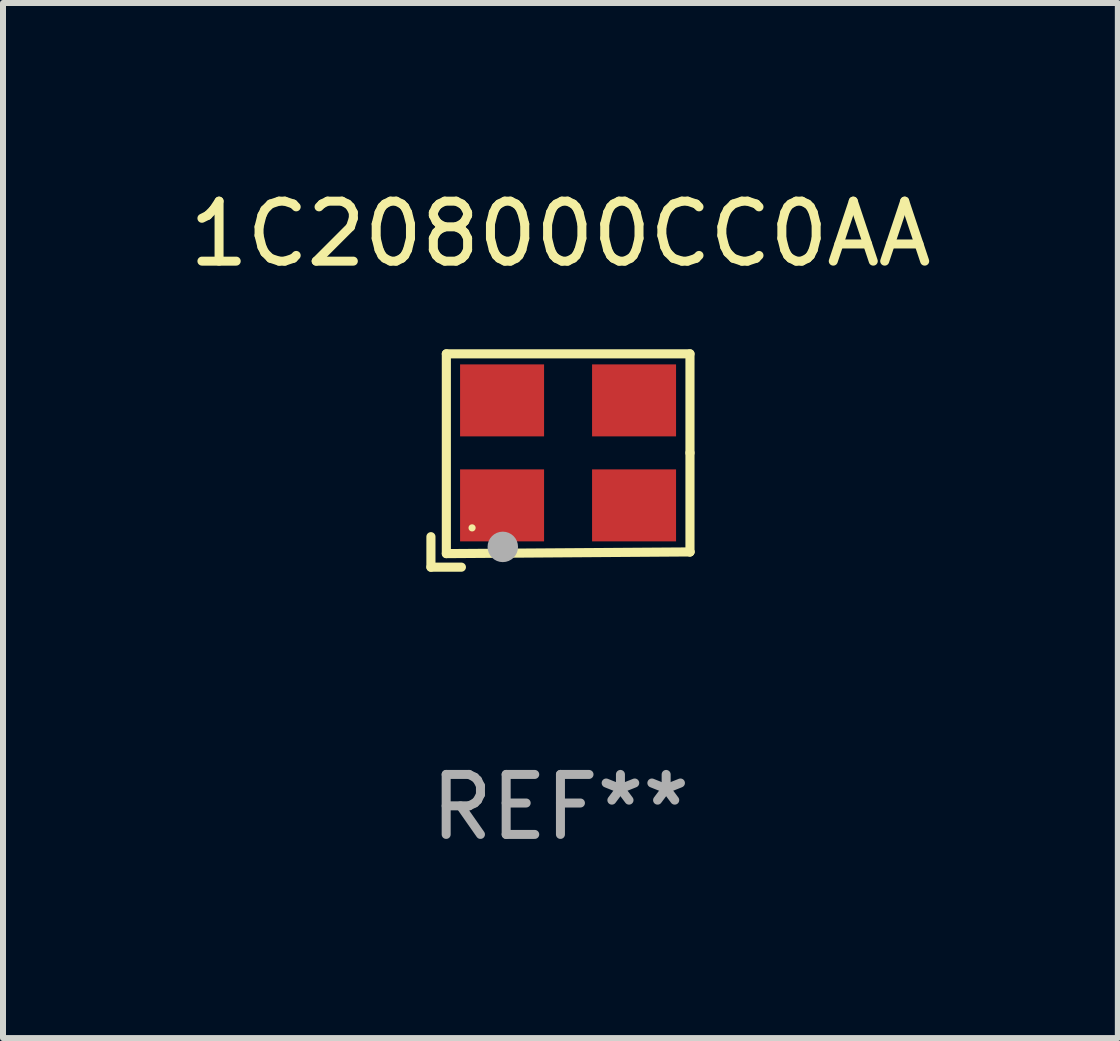
<source format=kicad_pcb>
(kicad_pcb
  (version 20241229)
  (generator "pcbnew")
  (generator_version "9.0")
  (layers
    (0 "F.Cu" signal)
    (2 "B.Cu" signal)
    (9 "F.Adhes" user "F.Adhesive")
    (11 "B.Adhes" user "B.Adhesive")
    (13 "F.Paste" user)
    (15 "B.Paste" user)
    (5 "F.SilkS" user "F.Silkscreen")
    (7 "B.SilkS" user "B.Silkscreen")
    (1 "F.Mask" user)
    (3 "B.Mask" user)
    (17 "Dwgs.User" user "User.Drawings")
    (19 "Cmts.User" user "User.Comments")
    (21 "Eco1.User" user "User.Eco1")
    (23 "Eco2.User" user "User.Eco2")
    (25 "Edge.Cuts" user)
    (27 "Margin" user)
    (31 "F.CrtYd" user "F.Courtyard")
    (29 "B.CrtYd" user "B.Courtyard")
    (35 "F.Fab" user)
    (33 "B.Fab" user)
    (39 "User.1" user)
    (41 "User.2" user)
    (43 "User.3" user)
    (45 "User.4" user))
  (footprint "1C208000CC0AA"
    (layer "F.Cu")
    (at 6.292 4.626)
    (property "Reference" "1C208000CC0AA" (at 0 -3.778 0) (layer "F.SilkS") (effects (font (size 1 1) (thickness 0.15))))
    (attr through_hole)
    (fp_line (start -2.159 1.27) (end -2.159 1.778) (stroke (width 0.152) (type solid)) (layer "F.SilkS"))
    (fp_line (start -2.159 1.778) (end -1.651 1.778) (stroke (width 0.152) (type solid)) (layer "F.SilkS"))
    (fp_line (start -1.902 -1.778) (end 2.159 -1.778) (stroke (width 0.152) (type solid)) (layer "F.SilkS"))
    (fp_line (start -1.902 1.552) (end -1.902 -1.778) (stroke (width 0.152) (type solid)) (layer "F.SilkS"))
    (fp_line (start 2.159 -1.778) (end 2.159 -0.127) (stroke (width 0.152) (type solid)) (layer "F.SilkS"))
    (fp_line (start 2.159 -0.127) (end 2.159 1.524) (stroke (width 0.152) (type solid)) (layer "F.SilkS"))
    (fp_line (start 2.159 1.524) (end -1.902 1.552) (stroke (width 0.152) (type solid)) (layer "F.SilkS"))
    (fp_line (start 2.159 1.524) (end 2.159 1.524) (stroke (width 0.152) (type solid)) (layer "F.SilkS"))
    (fp_circle (center -1.473 1.123) (end -1.443 1.123) (stroke (width 0.06) (type solid)) (fill no) (layer "F.SilkS"))
    (fp_circle (center -0.961 1.44) (end -0.834 1.44) (stroke (width 0.254) (type solid)) (fill no) (layer "F.Fab"))
    (fp_text user "REF**" (at 0 5.778 0) (layer "F.Fab") (effects (font (size 1 1) (thickness 0.15))))
    (pad "1" smd rect (at -0.973 0.748) (size 1.4 1.2) (layers "F.Cu" "F.Mask" "F.Paste"))
    (pad "2" smd rect (at 1.227 0.748) (size 1.4 1.2) (layers "F.Cu" "F.Mask" "F.Paste"))
    (pad "3" smd rect (at 1.227 -1.002) (size 1.4 1.2) (layers "F.Cu" "F.Mask" "F.Paste"))
    (pad "4" smd rect (at -0.973 -1.002) (size 1.4 1.2) (layers "F.Cu" "F.Mask" "F.Paste")))
  (gr_rect
    (start -3 -3)
    (end 15.583 14.253)
    (stroke (width 0.1) (type default))
    (fill no)
    (layer "Edge.Cuts")))
</source>
